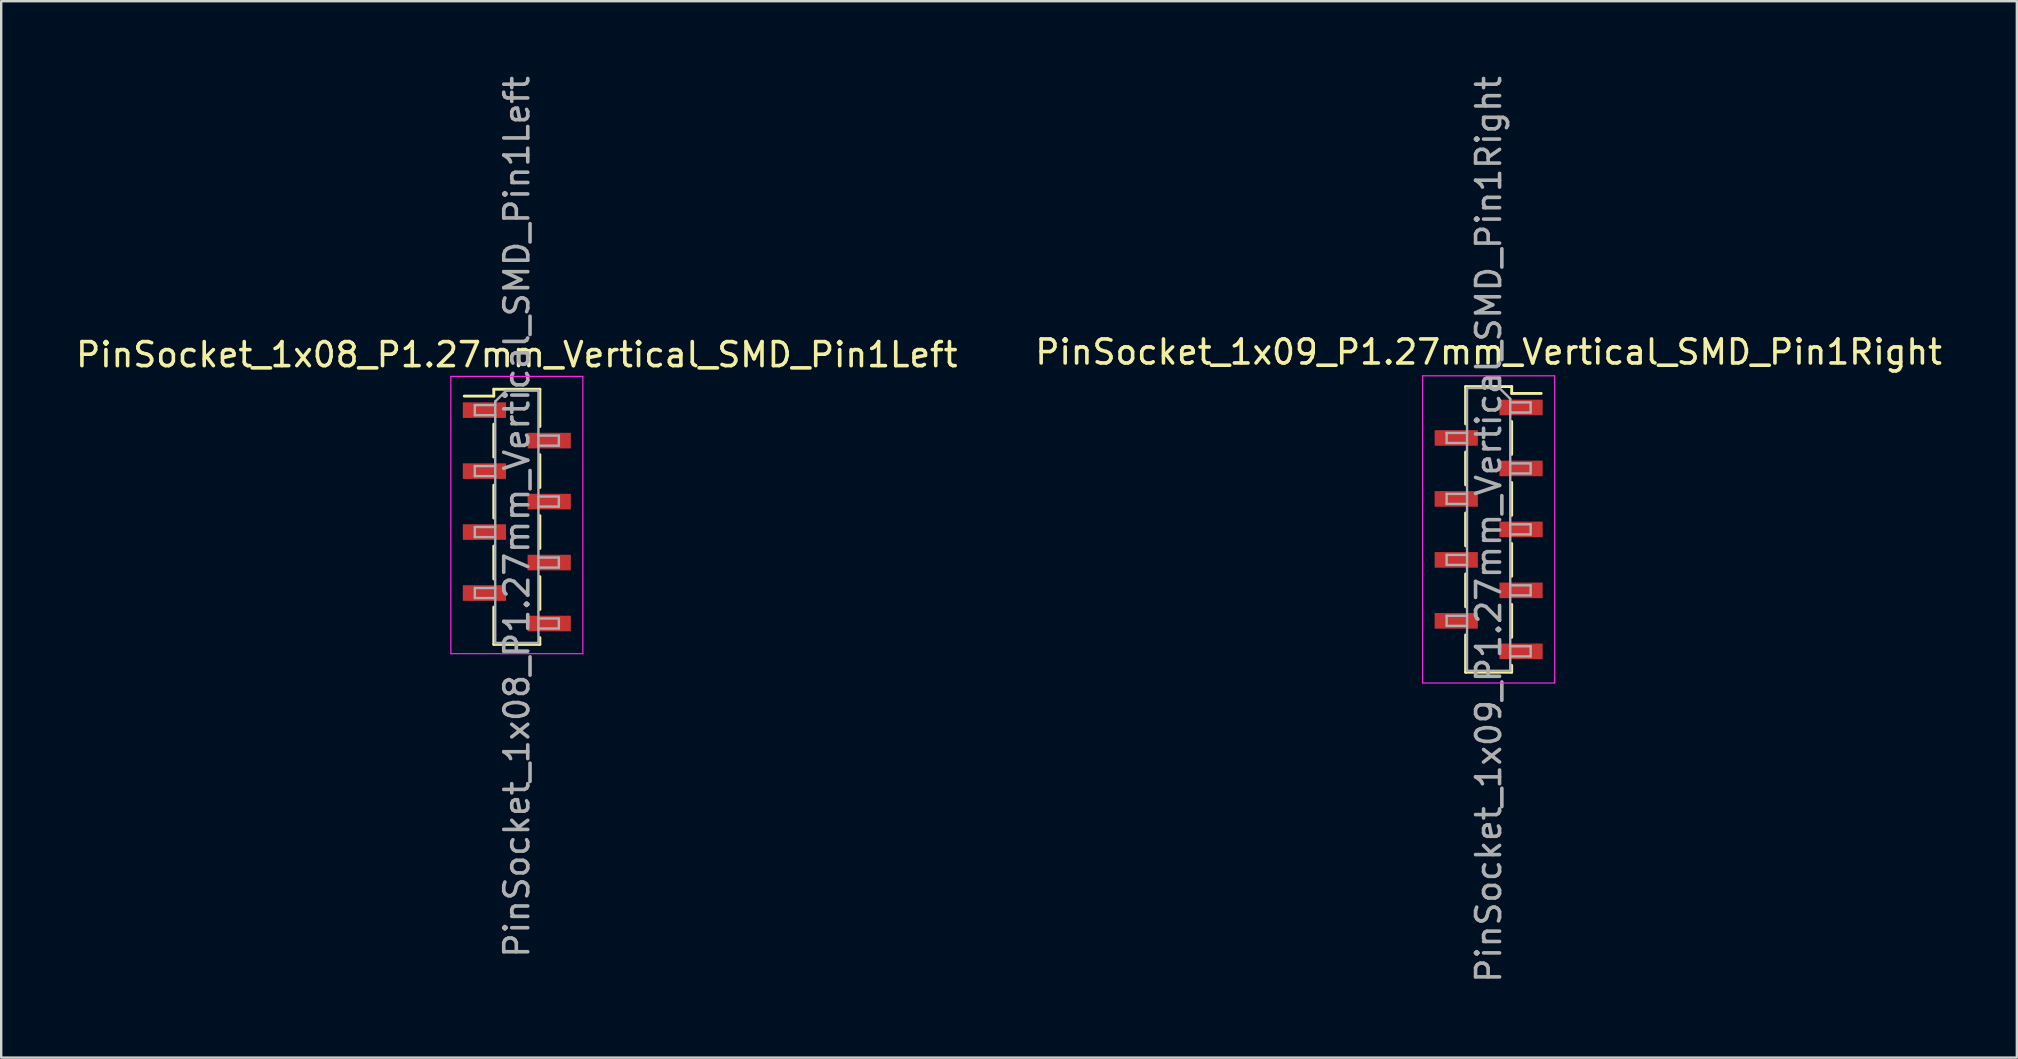
<source format=kicad_pcb>
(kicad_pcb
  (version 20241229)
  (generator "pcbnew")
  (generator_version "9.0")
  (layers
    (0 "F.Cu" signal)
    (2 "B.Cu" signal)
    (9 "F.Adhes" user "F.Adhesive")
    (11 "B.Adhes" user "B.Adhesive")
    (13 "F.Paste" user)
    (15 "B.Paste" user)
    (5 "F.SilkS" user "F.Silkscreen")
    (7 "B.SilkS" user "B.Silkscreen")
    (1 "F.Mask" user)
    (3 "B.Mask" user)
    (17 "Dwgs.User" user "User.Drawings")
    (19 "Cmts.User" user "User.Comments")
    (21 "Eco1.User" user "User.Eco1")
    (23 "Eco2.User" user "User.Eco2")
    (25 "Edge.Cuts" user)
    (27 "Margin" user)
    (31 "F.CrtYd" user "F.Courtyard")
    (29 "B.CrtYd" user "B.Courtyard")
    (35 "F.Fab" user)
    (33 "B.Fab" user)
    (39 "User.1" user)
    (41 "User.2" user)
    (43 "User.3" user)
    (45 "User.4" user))
  (footprint "PinSocket_1x08_P1.27mm_Vertical_SMD_Pin1Left"
    (layer "F.Cu")
    (at 18.482 18.482)
    (property "Reference" "PinSocket_1x08_P1.27mm_Vertical_SMD_Pin1Left" (at 0 -6.755 0) (layer "F.SilkS") (effects (font (size 1 1) (thickness 0.15))))
    (attr smd)
    (fp_line (start -2.19 -5.03) (end -0.96 -5.03) (stroke (width 0.12) (type solid)) (layer "F.SilkS"))
    (fp_line (start -0.96 -5.315) (end -0.96 -5.03) (stroke (width 0.12) (type solid)) (layer "F.SilkS"))
    (fp_line (start -0.96 -5.315) (end 0.96 -5.315) (stroke (width 0.12) (type solid)) (layer "F.SilkS"))
    (fp_line (start -0.96 -3.86) (end -0.96 -2.49) (stroke (width 0.12) (type solid)) (layer "F.SilkS"))
    (fp_line (start -0.96 -1.32) (end -0.96 0.05) (stroke (width 0.12) (type solid)) (layer "F.SilkS"))
    (fp_line (start -0.96 1.22) (end -0.96 2.59) (stroke (width 0.12) (type solid)) (layer "F.SilkS"))
    (fp_line (start -0.96 3.76) (end -0.96 5.315) (stroke (width 0.12) (type solid)) (layer "F.SilkS"))
    (fp_line (start -0.96 5.315) (end 0.96 5.315) (stroke (width 0.12) (type solid)) (layer "F.SilkS"))
    (fp_line (start 0.96 -5.315) (end 0.96 -3.76) (stroke (width 0.12) (type solid)) (layer "F.SilkS"))
    (fp_line (start 0.96 -2.59) (end 0.96 -1.22) (stroke (width 0.12) (type solid)) (layer "F.SilkS"))
    (fp_line (start 0.96 -0.05) (end 0.96 1.32) (stroke (width 0.12) (type solid)) (layer "F.SilkS"))
    (fp_line (start 0.96 2.49) (end 0.96 3.86) (stroke (width 0.12) (type solid)) (layer "F.SilkS"))
    (fp_line (start 0.96 5.03) (end 0.96 5.315) (stroke (width 0.12) (type solid)) (layer "F.SilkS"))
    (fp_line (start -2.75 -5.85) (end 2.75 -5.85) (stroke (width 0.05) (type solid)) (layer "F.CrtYd"))
    (fp_line (start -2.75 5.7) (end -2.75 -5.85) (stroke (width 0.05) (type solid)) (layer "F.CrtYd"))
    (fp_line (start 2.75 -5.85) (end 2.75 5.7) (stroke (width 0.05) (type solid)) (layer "F.CrtYd"))
    (fp_line (start 2.75 5.7) (end -2.75 5.7) (stroke (width 0.05) (type solid)) (layer "F.CrtYd"))
    (fp_line (start -1.75 -4.655) (end -0.9 -4.655) (stroke (width 0.1) (type solid)) (layer "F.Fab"))
    (fp_line (start -1.75 -4.235) (end -1.75 -4.655) (stroke (width 0.1) (type solid)) (layer "F.Fab"))
    (fp_line (start -1.75 -2.115) (end -0.9 -2.115) (stroke (width 0.1) (type solid)) (layer "F.Fab"))
    (fp_line (start -1.75 -1.695) (end -1.75 -2.115) (stroke (width 0.1) (type solid)) (layer "F.Fab"))
    (fp_line (start -1.75 0.425) (end -0.9 0.425) (stroke (width 0.1) (type solid)) (layer "F.Fab"))
    (fp_line (start -1.75 0.845) (end -1.75 0.425) (stroke (width 0.1) (type solid)) (layer "F.Fab"))
    (fp_line (start -1.75 2.965) (end -0.9 2.965) (stroke (width 0.1) (type solid)) (layer "F.Fab"))
    (fp_line (start -1.75 3.385) (end -1.75 2.965) (stroke (width 0.1) (type solid)) (layer "F.Fab"))
    (fp_line (start -0.9 -4.805) (end -0.45 -5.255) (stroke (width 0.1) (type solid)) (layer "F.Fab"))
    (fp_line (start -0.9 -4.235) (end -1.75 -4.235) (stroke (width 0.1) (type solid)) (layer "F.Fab"))
    (fp_line (start -0.9 -1.695) (end -1.75 -1.695) (stroke (width 0.1) (type solid)) (layer "F.Fab"))
    (fp_line (start -0.9 0.845) (end -1.75 0.845) (stroke (width 0.1) (type solid)) (layer "F.Fab"))
    (fp_line (start -0.9 3.385) (end -1.75 3.385) (stroke (width 0.1) (type solid)) (layer "F.Fab"))
    (fp_line (start -0.9 5.255) (end -0.9 -4.805) (stroke (width 0.1) (type solid)) (layer "F.Fab"))
    (fp_line (start -0.45 -5.255) (end 0.9 -5.255) (stroke (width 0.1) (type solid)) (layer "F.Fab"))
    (fp_line (start 0.9 -5.255) (end 0.9 5.255) (stroke (width 0.1) (type solid)) (layer "F.Fab"))
    (fp_line (start 0.9 -3.385) (end 1.75 -3.385) (stroke (width 0.1) (type solid)) (layer "F.Fab"))
    (fp_line (start 0.9 -0.845) (end 1.75 -0.845) (stroke (width 0.1) (type solid)) (layer "F.Fab"))
    (fp_line (start 0.9 1.695) (end 1.75 1.695) (stroke (width 0.1) (type solid)) (layer "F.Fab"))
    (fp_line (start 0.9 4.235) (end 1.75 4.235) (stroke (width 0.1) (type solid)) (layer "F.Fab"))
    (fp_line (start 0.9 5.255) (end -0.9 5.255) (stroke (width 0.1) (type solid)) (layer "F.Fab"))
    (fp_line (start 1.75 -3.385) (end 1.75 -2.965) (stroke (width 0.1) (type solid)) (layer "F.Fab"))
    (fp_line (start 1.75 -2.965) (end 0.9 -2.965) (stroke (width 0.1) (type solid)) (layer "F.Fab"))
    (fp_line (start 1.75 -0.845) (end 1.75 -0.425) (stroke (width 0.1) (type solid)) (layer "F.Fab"))
    (fp_line (start 1.75 -0.425) (end 0.9 -0.425) (stroke (width 0.1) (type solid)) (layer "F.Fab"))
    (fp_line (start 1.75 1.695) (end 1.75 2.115) (stroke (width 0.1) (type solid)) (layer "F.Fab"))
    (fp_line (start 1.75 2.115) (end 0.9 2.115) (stroke (width 0.1) (type solid)) (layer "F.Fab"))
    (fp_line (start 1.75 4.235) (end 1.75 4.655) (stroke (width 0.1) (type solid)) (layer "F.Fab"))
    (fp_line (start 1.75 4.655) (end 0.9 4.655) (stroke (width 0.1) (type solid)) (layer "F.Fab"))
    (fp_text user "${REFERENCE}" (at 0 0 90) (layer "F.Fab") (effects (font (size 1 1) (thickness 0.15))))
    (pad "1" smd rect (at -1.35 -4.445) (size 1.8 0.65) (layers "F.Cu" "F.Mask" "F.Paste"))
    (pad "2" smd rect (at 1.35 -3.175) (size 1.8 0.65) (layers "F.Cu" "F.Mask" "F.Paste"))
    (pad "3" smd rect (at -1.35 -1.905) (size 1.8 0.65) (layers "F.Cu" "F.Mask" "F.Paste"))
    (pad "4" smd rect (at 1.35 -0.635) (size 1.8 0.65) (layers "F.Cu" "F.Mask" "F.Paste"))
    (pad "5" smd rect (at -1.35 0.635) (size 1.8 0.65) (layers "F.Cu" "F.Mask" "F.Paste"))
    (pad "6" smd rect (at 1.35 1.905) (size 1.8 0.65) (layers "F.Cu" "F.Mask" "F.Paste"))
    (pad "7" smd rect (at -1.35 3.175) (size 1.8 0.65) (layers "F.Cu" "F.Mask" "F.Paste"))
    (pad "8" smd rect (at 1.35 4.445) (size 1.8 0.65) (layers "F.Cu" "F.Mask" "F.Paste")))
  (footprint "PinSocket_1x09_P1.27mm_Vertical_SMD_Pin1Right"
    (layer "F.Cu")
    (at 58.97 19.006)
    (property "Reference" "PinSocket_1x09_P1.27mm_Vertical_SMD_Pin1Right" (at 0 -7.39 0) (layer "F.SilkS") (effects (font (size 1 1) (thickness 0.15))))
    (attr smd)
    (fp_line (start -0.96 -5.95) (end -0.96 -4.395) (stroke (width 0.12) (type solid)) (layer "F.SilkS"))
    (fp_line (start -0.96 -5.95) (end 0.96 -5.95) (stroke (width 0.12) (type solid)) (layer "F.SilkS"))
    (fp_line (start -0.96 -3.225) (end -0.96 -1.855) (stroke (width 0.12) (type solid)) (layer "F.SilkS"))
    (fp_line (start -0.96 -0.685) (end -0.96 0.685) (stroke (width 0.12) (type solid)) (layer "F.SilkS"))
    (fp_line (start -0.96 1.855) (end -0.96 3.225) (stroke (width 0.12) (type solid)) (layer "F.SilkS"))
    (fp_line (start -0.96 4.395) (end -0.96 5.95) (stroke (width 0.12) (type solid)) (layer "F.SilkS"))
    (fp_line (start -0.96 5.95) (end 0.96 5.95) (stroke (width 0.12) (type solid)) (layer "F.SilkS"))
    (fp_line (start 0.96 -5.95) (end 0.96 -5.665) (stroke (width 0.12) (type solid)) (layer "F.SilkS"))
    (fp_line (start 0.96 -5.665) (end 2.19 -5.665) (stroke (width 0.12) (type solid)) (layer "F.SilkS"))
    (fp_line (start 0.96 -4.495) (end 0.96 -3.125) (stroke (width 0.12) (type solid)) (layer "F.SilkS"))
    (fp_line (start 0.96 -1.955) (end 0.96 -0.585) (stroke (width 0.12) (type solid)) (layer "F.SilkS"))
    (fp_line (start 0.96 0.585) (end 0.96 1.955) (stroke (width 0.12) (type solid)) (layer "F.SilkS"))
    (fp_line (start 0.96 3.125) (end 0.96 4.495) (stroke (width 0.12) (type solid)) (layer "F.SilkS"))
    (fp_line (start 0.96 5.665) (end 0.96 5.95) (stroke (width 0.12) (type solid)) (layer "F.SilkS"))
    (fp_line (start -2.75 -6.4) (end 2.75 -6.4) (stroke (width 0.05) (type solid)) (layer "F.CrtYd"))
    (fp_line (start -2.75 6.4) (end -2.75 -6.4) (stroke (width 0.05) (type solid)) (layer "F.CrtYd"))
    (fp_line (start 2.75 -6.4) (end 2.75 6.4) (stroke (width 0.05) (type solid)) (layer "F.CrtYd"))
    (fp_line (start 2.75 6.4) (end -2.75 6.4) (stroke (width 0.05) (type solid)) (layer "F.CrtYd"))
    (fp_line (start -1.75 -4.02) (end -0.9 -4.02) (stroke (width 0.1) (type solid)) (layer "F.Fab"))
    (fp_line (start -1.75 -3.6) (end -1.75 -4.02) (stroke (width 0.1) (type solid)) (layer "F.Fab"))
    (fp_line (start -1.75 -1.48) (end -0.9 -1.48) (stroke (width 0.1) (type solid)) (layer "F.Fab"))
    (fp_line (start -1.75 -1.06) (end -1.75 -1.48) (stroke (width 0.1) (type solid)) (layer "F.Fab"))
    (fp_line (start -1.75 1.06) (end -0.9 1.06) (stroke (width 0.1) (type solid)) (layer "F.Fab"))
    (fp_line (start -1.75 1.48) (end -1.75 1.06) (stroke (width 0.1) (type solid)) (layer "F.Fab"))
    (fp_line (start -1.75 3.6) (end -0.9 3.6) (stroke (width 0.1) (type solid)) (layer "F.Fab"))
    (fp_line (start -1.75 4.02) (end -1.75 3.6) (stroke (width 0.1) (type solid)) (layer "F.Fab"))
    (fp_line (start -0.9 -5.89) (end 0.45 -5.89) (stroke (width 0.1) (type solid)) (layer "F.Fab"))
    (fp_line (start -0.9 -3.6) (end -1.75 -3.6) (stroke (width 0.1) (type solid)) (layer "F.Fab"))
    (fp_line (start -0.9 -1.06) (end -1.75 -1.06) (stroke (width 0.1) (type solid)) (layer "F.Fab"))
    (fp_line (start -0.9 1.48) (end -1.75 1.48) (stroke (width 0.1) (type solid)) (layer "F.Fab"))
    (fp_line (start -0.9 4.02) (end -1.75 4.02) (stroke (width 0.1) (type solid)) (layer "F.Fab"))
    (fp_line (start -0.9 5.89) (end -0.9 -5.89) (stroke (width 0.1) (type solid)) (layer "F.Fab"))
    (fp_line (start 0.45 -5.89) (end 0.9 -5.44) (stroke (width 0.1) (type solid)) (layer "F.Fab"))
    (fp_line (start 0.9 -5.44) (end 0.9 5.89) (stroke (width 0.1) (type solid)) (layer "F.Fab"))
    (fp_line (start 0.9 -5.29) (end 1.75 -5.29) (stroke (width 0.1) (type solid)) (layer "F.Fab"))
    (fp_line (start 0.9 -2.75) (end 1.75 -2.75) (stroke (width 0.1) (type solid)) (layer "F.Fab"))
    (fp_line (start 0.9 -0.21) (end 1.75 -0.21) (stroke (width 0.1) (type solid)) (layer "F.Fab"))
    (fp_line (start 0.9 2.33) (end 1.75 2.33) (stroke (width 0.1) (type solid)) (layer "F.Fab"))
    (fp_line (start 0.9 4.87) (end 1.75 4.87) (stroke (width 0.1) (type solid)) (layer "F.Fab"))
    (fp_line (start 0.9 5.89) (end -0.9 5.89) (stroke (width 0.1) (type solid)) (layer "F.Fab"))
    (fp_line (start 1.75 -5.29) (end 1.75 -4.87) (stroke (width 0.1) (type solid)) (layer "F.Fab"))
    (fp_line (start 1.75 -4.87) (end 0.9 -4.87) (stroke (width 0.1) (type solid)) (layer "F.Fab"))
    (fp_line (start 1.75 -2.75) (end 1.75 -2.33) (stroke (width 0.1) (type solid)) (layer "F.Fab"))
    (fp_line (start 1.75 -2.33) (end 0.9 -2.33) (stroke (width 0.1) (type solid)) (layer "F.Fab"))
    (fp_line (start 1.75 -0.21) (end 1.75 0.21) (stroke (width 0.1) (type solid)) (layer "F.Fab"))
    (fp_line (start 1.75 0.21) (end 0.9 0.21) (stroke (width 0.1) (type solid)) (layer "F.Fab"))
    (fp_line (start 1.75 2.33) (end 1.75 2.75) (stroke (width 0.1) (type solid)) (layer "F.Fab"))
    (fp_line (start 1.75 2.75) (end 0.9 2.75) (stroke (width 0.1) (type solid)) (layer "F.Fab"))
    (fp_line (start 1.75 4.87) (end 1.75 5.29) (stroke (width 0.1) (type solid)) (layer "F.Fab"))
    (fp_line (start 1.75 5.29) (end 0.9 5.29) (stroke (width 0.1) (type solid)) (layer "F.Fab"))
    (fp_text user "${REFERENCE}" (at 0 0 90) (layer "F.Fab") (effects (font (size 1 1) (thickness 0.15))))
    (pad "1" smd rect (at 1.35 -5.08) (size 1.8 0.65) (layers "F.Cu" "F.Mask" "F.Paste"))
    (pad "2" smd rect (at -1.35 -3.81) (size 1.8 0.65) (layers "F.Cu" "F.Mask" "F.Paste"))
    (pad "3" smd rect (at 1.35 -2.54) (size 1.8 0.65) (layers "F.Cu" "F.Mask" "F.Paste"))
    (pad "4" smd rect (at -1.35 -1.27) (size 1.8 0.65) (layers "F.Cu" "F.Mask" "F.Paste"))
    (pad "5" smd rect (at 1.35 0) (size 1.8 0.65) (layers "F.Cu" "F.Mask" "F.Paste"))
    (pad "6" smd rect (at -1.35 1.27) (size 1.8 0.65) (layers "F.Cu" "F.Mask" "F.Paste"))
    (pad "7" smd rect (at 1.35 2.54) (size 1.8 0.65) (layers "F.Cu" "F.Mask" "F.Paste"))
    (pad "8" smd rect (at -1.35 3.81) (size 1.8 0.65) (layers "F.Cu" "F.Mask" "F.Paste"))
    (pad "9" smd rect (at 1.35 5.08) (size 1.8 0.65) (layers "F.Cu" "F.Mask" "F.Paste")))
  (gr_rect
    (start -3 -3)
    (end 80.976 41.012)
    (stroke (width 0.1) (type default))
    (fill no)
    (layer "Edge.Cuts")))
</source>
